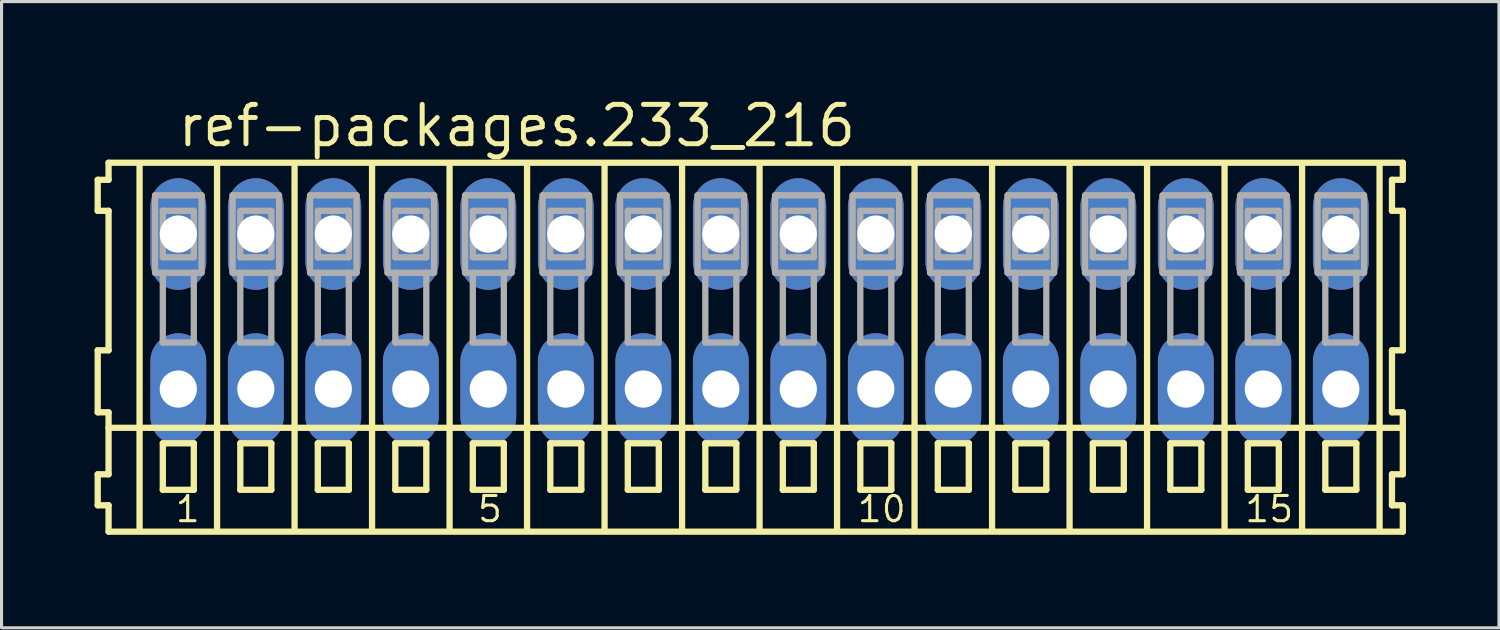
<source format=kicad_pcb>
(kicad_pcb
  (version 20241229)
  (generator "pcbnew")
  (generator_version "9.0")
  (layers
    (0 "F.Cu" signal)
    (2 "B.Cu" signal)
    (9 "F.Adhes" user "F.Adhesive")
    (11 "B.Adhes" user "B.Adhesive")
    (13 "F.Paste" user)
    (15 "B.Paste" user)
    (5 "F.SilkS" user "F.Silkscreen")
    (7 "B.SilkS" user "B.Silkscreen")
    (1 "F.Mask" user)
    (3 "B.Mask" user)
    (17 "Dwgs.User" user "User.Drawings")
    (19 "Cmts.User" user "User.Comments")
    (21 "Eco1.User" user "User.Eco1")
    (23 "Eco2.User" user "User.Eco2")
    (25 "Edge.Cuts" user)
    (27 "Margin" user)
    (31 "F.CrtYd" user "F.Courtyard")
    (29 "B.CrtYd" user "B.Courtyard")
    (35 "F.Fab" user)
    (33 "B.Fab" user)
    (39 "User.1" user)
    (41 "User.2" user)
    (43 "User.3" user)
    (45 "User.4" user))
  (footprint "ref-packages.233_216"
    (layer "F.Cu")
    (at 21.452 7)
    (property "Reference" "ref-packages.233_216" (at -18.85 -5.25 0) (layer "F.SilkS") (effects (font (size 1.27 1.27) (thickness 0.16)) (justify left bottom)))
    (attr through_hole)
    (fp_line (start -21.35 -4.25) (end -21.35 -3.25) (stroke (width 0.203) (type default)) (layer "F.SilkS"))
    (fp_line (start -21.35 -3.25) (end -21 -3.25) (stroke (width 0.203) (type default)) (layer "F.SilkS"))
    (fp_line (start -21.35 1.25) (end -21.35 3.25) (stroke (width 0.203) (type default)) (layer "F.SilkS"))
    (fp_line (start -21.35 3.25) (end -21 3.25) (stroke (width 0.203) (type default)) (layer "F.SilkS"))
    (fp_line (start -21.35 5.25) (end -21.35 6.25) (stroke (width 0.203) (type default)) (layer "F.SilkS"))
    (fp_line (start -21.35 6.25) (end -21 6.25) (stroke (width 0.203) (type default)) (layer "F.SilkS"))
    (fp_line (start -21 -4.8) (end -21 -4.25) (stroke (width 0.203) (type default)) (layer "F.SilkS"))
    (fp_line (start -21 -4.25) (end -21.35 -4.25) (stroke (width 0.203) (type default)) (layer "F.SilkS"))
    (fp_line (start -21 -3.25) (end -21 1.25) (stroke (width 0.203) (type default)) (layer "F.SilkS"))
    (fp_line (start -21 1.25) (end -21.35 1.25) (stroke (width 0.203) (type default)) (layer "F.SilkS"))
    (fp_line (start -21 3.25) (end -21 5.25) (stroke (width 0.203) (type default)) (layer "F.SilkS"))
    (fp_line (start -21 3.75) (end 20.75 3.75) (stroke (width 0.203) (type default)) (layer "F.SilkS"))
    (fp_line (start -21 5.25) (end -21.35 5.25) (stroke (width 0.203) (type default)) (layer "F.SilkS"))
    (fp_line (start -21 6.25) (end -21 7.1) (stroke (width 0.203) (type default)) (layer "F.SilkS"))
    (fp_line (start -21 7.1) (end 20.75 7.1) (stroke (width 0.203) (type default)) (layer "F.SilkS"))
    (fp_line (start -20 -4.75) (end -20 7) (stroke (width 0.203) (type default)) (layer "F.SilkS"))
    (fp_line (start -19.25 4.25) (end -19.25 5.75) (stroke (width 0.203) (type default)) (layer "F.SilkS"))
    (fp_line (start -19.25 5.75) (end -18.25 5.75) (stroke (width 0.203) (type default)) (layer "F.SilkS"))
    (fp_line (start -18.25 4.25) (end -19.25 4.25) (stroke (width 0.203) (type default)) (layer "F.SilkS"))
    (fp_line (start -18.25 5.75) (end -18.25 4.25) (stroke (width 0.203) (type default)) (layer "F.SilkS"))
    (fp_line (start -17.5 -4.75) (end -17.5 7) (stroke (width 0.203) (type default)) (layer "F.SilkS"))
    (fp_line (start -16.75 4.25) (end -16.75 5.75) (stroke (width 0.203) (type default)) (layer "F.SilkS"))
    (fp_line (start -16.75 5.75) (end -15.75 5.75) (stroke (width 0.203) (type default)) (layer "F.SilkS"))
    (fp_line (start -15.75 4.25) (end -16.75 4.25) (stroke (width 0.203) (type default)) (layer "F.SilkS"))
    (fp_line (start -15.75 5.75) (end -15.75 4.25) (stroke (width 0.203) (type default)) (layer "F.SilkS"))
    (fp_line (start -15 -4.75) (end -15 7) (stroke (width 0.203) (type default)) (layer "F.SilkS"))
    (fp_line (start -14.25 4.25) (end -14.25 5.75) (stroke (width 0.203) (type default)) (layer "F.SilkS"))
    (fp_line (start -14.25 5.75) (end -13.25 5.75) (stroke (width 0.203) (type default)) (layer "F.SilkS"))
    (fp_line (start -13.25 4.25) (end -14.25 4.25) (stroke (width 0.203) (type default)) (layer "F.SilkS"))
    (fp_line (start -13.25 5.75) (end -13.25 4.25) (stroke (width 0.203) (type default)) (layer "F.SilkS"))
    (fp_line (start -12.5 -4.75) (end -12.5 7) (stroke (width 0.203) (type default)) (layer "F.SilkS"))
    (fp_line (start -11.75 4.25) (end -11.75 5.75) (stroke (width 0.203) (type default)) (layer "F.SilkS"))
    (fp_line (start -11.75 5.75) (end -10.75 5.75) (stroke (width 0.203) (type default)) (layer "F.SilkS"))
    (fp_line (start -10.75 4.25) (end -11.75 4.25) (stroke (width 0.203) (type default)) (layer "F.SilkS"))
    (fp_line (start -10.75 5.75) (end -10.75 4.25) (stroke (width 0.203) (type default)) (layer "F.SilkS"))
    (fp_line (start -10 -4.75) (end -10 7) (stroke (width 0.203) (type default)) (layer "F.SilkS"))
    (fp_line (start -9.25 4.25) (end -9.25 5.75) (stroke (width 0.203) (type default)) (layer "F.SilkS"))
    (fp_line (start -9.25 5.75) (end -8.25 5.75) (stroke (width 0.203) (type default)) (layer "F.SilkS"))
    (fp_line (start -8.25 4.25) (end -9.25 4.25) (stroke (width 0.203) (type default)) (layer "F.SilkS"))
    (fp_line (start -8.25 5.75) (end -8.25 4.25) (stroke (width 0.203) (type default)) (layer "F.SilkS"))
    (fp_line (start -7.5 -4.75) (end -7.5 7) (stroke (width 0.203) (type default)) (layer "F.SilkS"))
    (fp_line (start -6.75 4.25) (end -6.75 5.75) (stroke (width 0.203) (type default)) (layer "F.SilkS"))
    (fp_line (start -6.75 5.75) (end -5.75 5.75) (stroke (width 0.203) (type default)) (layer "F.SilkS"))
    (fp_line (start -5.75 4.25) (end -6.75 4.25) (stroke (width 0.203) (type default)) (layer "F.SilkS"))
    (fp_line (start -5.75 5.75) (end -5.75 4.25) (stroke (width 0.203) (type default)) (layer "F.SilkS"))
    (fp_line (start -5 -4.75) (end -5 7) (stroke (width 0.203) (type default)) (layer "F.SilkS"))
    (fp_line (start -4.25 4.25) (end -4.25 5.75) (stroke (width 0.203) (type default)) (layer "F.SilkS"))
    (fp_line (start -4.25 5.75) (end -3.25 5.75) (stroke (width 0.203) (type default)) (layer "F.SilkS"))
    (fp_line (start -3.25 4.25) (end -4.25 4.25) (stroke (width 0.203) (type default)) (layer "F.SilkS"))
    (fp_line (start -3.25 5.75) (end -3.25 4.25) (stroke (width 0.203) (type default)) (layer "F.SilkS"))
    (fp_line (start -2.5 -4.75) (end -2.5 7) (stroke (width 0.203) (type default)) (layer "F.SilkS"))
    (fp_line (start -1.75 4.25) (end -1.75 5.75) (stroke (width 0.203) (type default)) (layer "F.SilkS"))
    (fp_line (start -1.75 5.75) (end -0.75 5.75) (stroke (width 0.203) (type default)) (layer "F.SilkS"))
    (fp_line (start -0.75 4.25) (end -1.75 4.25) (stroke (width 0.203) (type default)) (layer "F.SilkS"))
    (fp_line (start -0.75 5.75) (end -0.75 4.25) (stroke (width 0.203) (type default)) (layer "F.SilkS"))
    (fp_line (start 0 -4.75) (end 0 7) (stroke (width 0.203) (type default)) (layer "F.SilkS"))
    (fp_line (start 0.75 4.25) (end 0.75 5.75) (stroke (width 0.203) (type default)) (layer "F.SilkS"))
    (fp_line (start 0.75 5.75) (end 1.75 5.75) (stroke (width 0.203) (type default)) (layer "F.SilkS"))
    (fp_line (start 1.75 4.25) (end 0.75 4.25) (stroke (width 0.203) (type default)) (layer "F.SilkS"))
    (fp_line (start 1.75 5.75) (end 1.75 4.25) (stroke (width 0.203) (type default)) (layer "F.SilkS"))
    (fp_line (start 2.5 -4.75) (end 2.5 7) (stroke (width 0.203) (type default)) (layer "F.SilkS"))
    (fp_line (start 3.25 4.25) (end 3.25 5.75) (stroke (width 0.203) (type default)) (layer "F.SilkS"))
    (fp_line (start 3.25 5.75) (end 4.25 5.75) (stroke (width 0.203) (type default)) (layer "F.SilkS"))
    (fp_line (start 4.25 4.25) (end 3.25 4.25) (stroke (width 0.203) (type default)) (layer "F.SilkS"))
    (fp_line (start 4.25 5.75) (end 4.25 4.25) (stroke (width 0.203) (type default)) (layer "F.SilkS"))
    (fp_line (start 5 -4.75) (end 5 7) (stroke (width 0.203) (type default)) (layer "F.SilkS"))
    (fp_line (start 5.75 4.25) (end 5.75 5.75) (stroke (width 0.203) (type default)) (layer "F.SilkS"))
    (fp_line (start 5.75 5.75) (end 6.75 5.75) (stroke (width 0.203) (type default)) (layer "F.SilkS"))
    (fp_line (start 6.75 4.25) (end 5.75 4.25) (stroke (width 0.203) (type default)) (layer "F.SilkS"))
    (fp_line (start 6.75 5.75) (end 6.75 4.25) (stroke (width 0.203) (type default)) (layer "F.SilkS"))
    (fp_line (start 7.5 -4.75) (end 7.5 7) (stroke (width 0.203) (type default)) (layer "F.SilkS"))
    (fp_line (start 8.25 4.25) (end 8.25 5.75) (stroke (width 0.203) (type default)) (layer "F.SilkS"))
    (fp_line (start 8.25 5.75) (end 9.25 5.75) (stroke (width 0.203) (type default)) (layer "F.SilkS"))
    (fp_line (start 9.25 4.25) (end 8.25 4.25) (stroke (width 0.203) (type default)) (layer "F.SilkS"))
    (fp_line (start 9.25 5.75) (end 9.25 4.25) (stroke (width 0.203) (type default)) (layer "F.SilkS"))
    (fp_line (start 10 -4.75) (end 10 7) (stroke (width 0.203) (type default)) (layer "F.SilkS"))
    (fp_line (start 10.75 4.25) (end 10.75 5.75) (stroke (width 0.203) (type default)) (layer "F.SilkS"))
    (fp_line (start 10.75 5.75) (end 11.75 5.75) (stroke (width 0.203) (type default)) (layer "F.SilkS"))
    (fp_line (start 11.75 4.25) (end 10.75 4.25) (stroke (width 0.203) (type default)) (layer "F.SilkS"))
    (fp_line (start 11.75 5.75) (end 11.75 4.25) (stroke (width 0.203) (type default)) (layer "F.SilkS"))
    (fp_line (start 12.5 -4.75) (end 12.5 7) (stroke (width 0.203) (type default)) (layer "F.SilkS"))
    (fp_line (start 13.25 4.25) (end 13.25 5.75) (stroke (width 0.203) (type default)) (layer "F.SilkS"))
    (fp_line (start 13.25 5.75) (end 14.25 5.75) (stroke (width 0.203) (type default)) (layer "F.SilkS"))
    (fp_line (start 14.25 4.25) (end 13.25 4.25) (stroke (width 0.203) (type default)) (layer "F.SilkS"))
    (fp_line (start 14.25 5.75) (end 14.25 4.25) (stroke (width 0.203) (type default)) (layer "F.SilkS"))
    (fp_line (start 15 -4.75) (end 15 7) (stroke (width 0.203) (type default)) (layer "F.SilkS"))
    (fp_line (start 15.75 4.25) (end 15.75 5.75) (stroke (width 0.203) (type default)) (layer "F.SilkS"))
    (fp_line (start 15.75 5.75) (end 16.75 5.75) (stroke (width 0.203) (type default)) (layer "F.SilkS"))
    (fp_line (start 16.75 4.25) (end 15.75 4.25) (stroke (width 0.203) (type default)) (layer "F.SilkS"))
    (fp_line (start 16.75 5.75) (end 16.75 4.25) (stroke (width 0.203) (type default)) (layer "F.SilkS"))
    (fp_line (start 17.5 -4.75) (end 17.5 7) (stroke (width 0.203) (type default)) (layer "F.SilkS"))
    (fp_line (start 18.25 4.25) (end 18.25 5.75) (stroke (width 0.203) (type default)) (layer "F.SilkS"))
    (fp_line (start 18.25 5.75) (end 19.25 5.75) (stroke (width 0.203) (type default)) (layer "F.SilkS"))
    (fp_line (start 19.25 4.25) (end 18.25 4.25) (stroke (width 0.203) (type default)) (layer "F.SilkS"))
    (fp_line (start 19.25 5.75) (end 19.25 4.25) (stroke (width 0.203) (type default)) (layer "F.SilkS"))
    (fp_line (start 20 -4.75) (end 20 7) (stroke (width 0.203) (type default)) (layer "F.SilkS"))
    (fp_line (start 20.4 -4.25) (end 20.4 -3.25) (stroke (width 0.203) (type default)) (layer "F.SilkS"))
    (fp_line (start 20.4 -3.25) (end 20.75 -3.25) (stroke (width 0.203) (type default)) (layer "F.SilkS"))
    (fp_line (start 20.4 1.25) (end 20.4 3.25) (stroke (width 0.203) (type default)) (layer "F.SilkS"))
    (fp_line (start 20.4 3.25) (end 20.75 3.25) (stroke (width 0.203) (type default)) (layer "F.SilkS"))
    (fp_line (start 20.4 5.25) (end 20.4 6.25) (stroke (width 0.203) (type default)) (layer "F.SilkS"))
    (fp_line (start 20.4 6.25) (end 20.75 6.25) (stroke (width 0.203) (type default)) (layer "F.SilkS"))
    (fp_line (start 20.75 -4.8) (end -21 -4.8) (stroke (width 0.203) (type default)) (layer "F.SilkS"))
    (fp_line (start 20.75 -4.25) (end 20.4 -4.25) (stroke (width 0.203) (type default)) (layer "F.SilkS"))
    (fp_line (start 20.75 -4.25) (end 20.75 -4.8) (stroke (width 0.203) (type default)) (layer "F.SilkS"))
    (fp_line (start 20.75 1.25) (end 20.4 1.25) (stroke (width 0.203) (type default)) (layer "F.SilkS"))
    (fp_line (start 20.75 1.25) (end 20.75 -3.25) (stroke (width 0.203) (type default)) (layer "F.SilkS"))
    (fp_line (start 20.75 3.75) (end 20.75 3.25) (stroke (width 0.203) (type default)) (layer "F.SilkS"))
    (fp_line (start 20.75 5.25) (end 20.4 5.25) (stroke (width 0.203) (type default)) (layer "F.SilkS"))
    (fp_line (start 20.75 5.25) (end 20.75 3.75) (stroke (width 0.203) (type default)) (layer "F.SilkS"))
    (fp_line (start 20.75 7.1) (end 20.75 6.25) (stroke (width 0.203) (type default)) (layer "F.SilkS"))
    (fp_line (start -19.5 -3.75) (end -19.5 -1.25) (stroke (width 0.203) (type default)) (layer "F.Fab"))
    (fp_line (start -19.5 -1.25) (end -19.25 -1.25) (stroke (width 0.203) (type default)) (layer "F.Fab"))
    (fp_line (start -19.25 -3.25) (end -19.25 -1.75) (stroke (width 0.203) (type default)) (layer "F.Fab"))
    (fp_line (start -19.25 -1.75) (end -18.25 -1.75) (stroke (width 0.203) (type default)) (layer "F.Fab"))
    (fp_line (start -19.25 -1.25) (end -19.25 1) (stroke (width 0.203) (type default)) (layer "F.Fab"))
    (fp_line (start -19.25 -1.25) (end -18.25 -1.25) (stroke (width 0.203) (type default)) (layer "F.Fab"))
    (fp_line (start -19.25 1) (end -18.25 1) (stroke (width 0.203) (type default)) (layer "F.Fab"))
    (fp_line (start -18.25 -3.25) (end -19.25 -3.25) (stroke (width 0.203) (type default)) (layer "F.Fab"))
    (fp_line (start -18.25 -1.75) (end -18.25 -3.25) (stroke (width 0.203) (type default)) (layer "F.Fab"))
    (fp_line (start -18.25 -1.25) (end -18 -1.25) (stroke (width 0.203) (type default)) (layer "F.Fab"))
    (fp_line (start -18.25 1) (end -18.25 -1.25) (stroke (width 0.203) (type default)) (layer "F.Fab"))
    (fp_line (start -18 -3.75) (end -19.5 -3.75) (stroke (width 0.203) (type default)) (layer "F.Fab"))
    (fp_line (start -18 -1.25) (end -18 -3.75) (stroke (width 0.203) (type default)) (layer "F.Fab"))
    (fp_line (start -17 -3.75) (end -17 -1.25) (stroke (width 0.203) (type default)) (layer "F.Fab"))
    (fp_line (start -17 -1.25) (end -16.75 -1.25) (stroke (width 0.203) (type default)) (layer "F.Fab"))
    (fp_line (start -16.75 -3.25) (end -16.75 -1.75) (stroke (width 0.203) (type default)) (layer "F.Fab"))
    (fp_line (start -16.75 -1.75) (end -15.75 -1.75) (stroke (width 0.203) (type default)) (layer "F.Fab"))
    (fp_line (start -16.75 -1.25) (end -16.75 1) (stroke (width 0.203) (type default)) (layer "F.Fab"))
    (fp_line (start -16.75 -1.25) (end -15.75 -1.25) (stroke (width 0.203) (type default)) (layer "F.Fab"))
    (fp_line (start -16.75 1) (end -15.75 1) (stroke (width 0.203) (type default)) (layer "F.Fab"))
    (fp_line (start -15.75 -3.25) (end -16.75 -3.25) (stroke (width 0.203) (type default)) (layer "F.Fab"))
    (fp_line (start -15.75 -1.75) (end -15.75 -3.25) (stroke (width 0.203) (type default)) (layer "F.Fab"))
    (fp_line (start -15.75 -1.25) (end -15.5 -1.25) (stroke (width 0.203) (type default)) (layer "F.Fab"))
    (fp_line (start -15.75 1) (end -15.75 -1.25) (stroke (width 0.203) (type default)) (layer "F.Fab"))
    (fp_line (start -15.5 -3.75) (end -17 -3.75) (stroke (width 0.203) (type default)) (layer "F.Fab"))
    (fp_line (start -15.5 -1.25) (end -15.5 -3.75) (stroke (width 0.203) (type default)) (layer "F.Fab"))
    (fp_line (start -14.5 -3.75) (end -14.5 -1.25) (stroke (width 0.203) (type default)) (layer "F.Fab"))
    (fp_line (start -14.5 -1.25) (end -14.25 -1.25) (stroke (width 0.203) (type default)) (layer "F.Fab"))
    (fp_line (start -14.25 -3.25) (end -14.25 -1.75) (stroke (width 0.203) (type default)) (layer "F.Fab"))
    (fp_line (start -14.25 -1.75) (end -13.25 -1.75) (stroke (width 0.203) (type default)) (layer "F.Fab"))
    (fp_line (start -14.25 -1.25) (end -14.25 1) (stroke (width 0.203) (type default)) (layer "F.Fab"))
    (fp_line (start -14.25 -1.25) (end -13.25 -1.25) (stroke (width 0.203) (type default)) (layer "F.Fab"))
    (fp_line (start -14.25 1) (end -13.25 1) (stroke (width 0.203) (type default)) (layer "F.Fab"))
    (fp_line (start -13.25 -3.25) (end -14.25 -3.25) (stroke (width 0.203) (type default)) (layer "F.Fab"))
    (fp_line (start -13.25 -1.75) (end -13.25 -3.25) (stroke (width 0.203) (type default)) (layer "F.Fab"))
    (fp_line (start -13.25 -1.25) (end -13 -1.25) (stroke (width 0.203) (type default)) (layer "F.Fab"))
    (fp_line (start -13.25 1) (end -13.25 -1.25) (stroke (width 0.203) (type default)) (layer "F.Fab"))
    (fp_line (start -13 -3.75) (end -14.5 -3.75) (stroke (width 0.203) (type default)) (layer "F.Fab"))
    (fp_line (start -13 -1.25) (end -13 -3.75) (stroke (width 0.203) (type default)) (layer "F.Fab"))
    (fp_line (start -12 -3.75) (end -12 -1.25) (stroke (width 0.203) (type default)) (layer "F.Fab"))
    (fp_line (start -12 -1.25) (end -11.75 -1.25) (stroke (width 0.203) (type default)) (layer "F.Fab"))
    (fp_line (start -11.75 -3.25) (end -11.75 -1.75) (stroke (width 0.203) (type default)) (layer "F.Fab"))
    (fp_line (start -11.75 -1.75) (end -10.75 -1.75) (stroke (width 0.203) (type default)) (layer "F.Fab"))
    (fp_line (start -11.75 -1.25) (end -11.75 1) (stroke (width 0.203) (type default)) (layer "F.Fab"))
    (fp_line (start -11.75 -1.25) (end -10.75 -1.25) (stroke (width 0.203) (type default)) (layer "F.Fab"))
    (fp_line (start -11.75 1) (end -10.75 1) (stroke (width 0.203) (type default)) (layer "F.Fab"))
    (fp_line (start -10.75 -3.25) (end -11.75 -3.25) (stroke (width 0.203) (type default)) (layer "F.Fab"))
    (fp_line (start -10.75 -1.75) (end -10.75 -3.25) (stroke (width 0.203) (type default)) (layer "F.Fab"))
    (fp_line (start -10.75 -1.25) (end -10.5 -1.25) (stroke (width 0.203) (type default)) (layer "F.Fab"))
    (fp_line (start -10.75 1) (end -10.75 -1.25) (stroke (width 0.203) (type default)) (layer "F.Fab"))
    (fp_line (start -10.5 -3.75) (end -12 -3.75) (stroke (width 0.203) (type default)) (layer "F.Fab"))
    (fp_line (start -10.5 -1.25) (end -10.5 -3.75) (stroke (width 0.203) (type default)) (layer "F.Fab"))
    (fp_line (start -9.5 -3.75) (end -9.5 -1.25) (stroke (width 0.203) (type default)) (layer "F.Fab"))
    (fp_line (start -9.5 -1.25) (end -9.25 -1.25) (stroke (width 0.203) (type default)) (layer "F.Fab"))
    (fp_line (start -9.25 -3.25) (end -9.25 -1.75) (stroke (width 0.203) (type default)) (layer "F.Fab"))
    (fp_line (start -9.25 -1.75) (end -8.25 -1.75) (stroke (width 0.203) (type default)) (layer "F.Fab"))
    (fp_line (start -9.25 -1.25) (end -9.25 1) (stroke (width 0.203) (type default)) (layer "F.Fab"))
    (fp_line (start -9.25 -1.25) (end -8.25 -1.25) (stroke (width 0.203) (type default)) (layer "F.Fab"))
    (fp_line (start -9.25 1) (end -8.25 1) (stroke (width 0.203) (type default)) (layer "F.Fab"))
    (fp_line (start -8.25 -3.25) (end -9.25 -3.25) (stroke (width 0.203) (type default)) (layer "F.Fab"))
    (fp_line (start -8.25 -1.75) (end -8.25 -3.25) (stroke (width 0.203) (type default)) (layer "F.Fab"))
    (fp_line (start -8.25 -1.25) (end -8 -1.25) (stroke (width 0.203) (type default)) (layer "F.Fab"))
    (fp_line (start -8.25 1) (end -8.25 -1.25) (stroke (width 0.203) (type default)) (layer "F.Fab"))
    (fp_line (start -8 -3.75) (end -9.5 -3.75) (stroke (width 0.203) (type default)) (layer "F.Fab"))
    (fp_line (start -8 -1.25) (end -8 -3.75) (stroke (width 0.203) (type default)) (layer "F.Fab"))
    (fp_line (start -7 -3.75) (end -7 -1.25) (stroke (width 0.203) (type default)) (layer "F.Fab"))
    (fp_line (start -7 -1.25) (end -6.75 -1.25) (stroke (width 0.203) (type default)) (layer "F.Fab"))
    (fp_line (start -6.75 -3.25) (end -6.75 -1.75) (stroke (width 0.203) (type default)) (layer "F.Fab"))
    (fp_line (start -6.75 -1.75) (end -5.75 -1.75) (stroke (width 0.203) (type default)) (layer "F.Fab"))
    (fp_line (start -6.75 -1.25) (end -6.75 1) (stroke (width 0.203) (type default)) (layer "F.Fab"))
    (fp_line (start -6.75 -1.25) (end -5.75 -1.25) (stroke (width 0.203) (type default)) (layer "F.Fab"))
    (fp_line (start -6.75 1) (end -5.75 1) (stroke (width 0.203) (type default)) (layer "F.Fab"))
    (fp_line (start -5.75 -3.25) (end -6.75 -3.25) (stroke (width 0.203) (type default)) (layer "F.Fab"))
    (fp_line (start -5.75 -1.75) (end -5.75 -3.25) (stroke (width 0.203) (type default)) (layer "F.Fab"))
    (fp_line (start -5.75 -1.25) (end -5.5 -1.25) (stroke (width 0.203) (type default)) (layer "F.Fab"))
    (fp_line (start -5.75 1) (end -5.75 -1.25) (stroke (width 0.203) (type default)) (layer "F.Fab"))
    (fp_line (start -5.5 -3.75) (end -7 -3.75) (stroke (width 0.203) (type default)) (layer "F.Fab"))
    (fp_line (start -5.5 -1.25) (end -5.5 -3.75) (stroke (width 0.203) (type default)) (layer "F.Fab"))
    (fp_line (start -4.5 -3.75) (end -4.5 -1.25) (stroke (width 0.203) (type default)) (layer "F.Fab"))
    (fp_line (start -4.5 -1.25) (end -4.25 -1.25) (stroke (width 0.203) (type default)) (layer "F.Fab"))
    (fp_line (start -4.25 -3.25) (end -4.25 -1.75) (stroke (width 0.203) (type default)) (layer "F.Fab"))
    (fp_line (start -4.25 -1.75) (end -3.25 -1.75) (stroke (width 0.203) (type default)) (layer "F.Fab"))
    (fp_line (start -4.25 -1.25) (end -4.25 1) (stroke (width 0.203) (type default)) (layer "F.Fab"))
    (fp_line (start -4.25 -1.25) (end -3.25 -1.25) (stroke (width 0.203) (type default)) (layer "F.Fab"))
    (fp_line (start -4.25 1) (end -3.25 1) (stroke (width 0.203) (type default)) (layer "F.Fab"))
    (fp_line (start -3.25 -3.25) (end -4.25 -3.25) (stroke (width 0.203) (type default)) (layer "F.Fab"))
    (fp_line (start -3.25 -1.75) (end -3.25 -3.25) (stroke (width 0.203) (type default)) (layer "F.Fab"))
    (fp_line (start -3.25 -1.25) (end -3 -1.25) (stroke (width 0.203) (type default)) (layer "F.Fab"))
    (fp_line (start -3.25 1) (end -3.25 -1.25) (stroke (width 0.203) (type default)) (layer "F.Fab"))
    (fp_line (start -3 -3.75) (end -4.5 -3.75) (stroke (width 0.203) (type default)) (layer "F.Fab"))
    (fp_line (start -3 -1.25) (end -3 -3.75) (stroke (width 0.203) (type default)) (layer "F.Fab"))
    (fp_line (start -2 -3.75) (end -2 -1.25) (stroke (width 0.203) (type default)) (layer "F.Fab"))
    (fp_line (start -2 -1.25) (end -1.75 -1.25) (stroke (width 0.203) (type default)) (layer "F.Fab"))
    (fp_line (start -1.75 -3.25) (end -1.75 -1.75) (stroke (width 0.203) (type default)) (layer "F.Fab"))
    (fp_line (start -1.75 -1.75) (end -0.75 -1.75) (stroke (width 0.203) (type default)) (layer "F.Fab"))
    (fp_line (start -1.75 -1.25) (end -1.75 1) (stroke (width 0.203) (type default)) (layer "F.Fab"))
    (fp_line (start -1.75 -1.25) (end -0.75 -1.25) (stroke (width 0.203) (type default)) (layer "F.Fab"))
    (fp_line (start -1.75 1) (end -0.75 1) (stroke (width 0.203) (type default)) (layer "F.Fab"))
    (fp_line (start -0.75 -3.25) (end -1.75 -3.25) (stroke (width 0.203) (type default)) (layer "F.Fab"))
    (fp_line (start -0.75 -1.75) (end -0.75 -3.25) (stroke (width 0.203) (type default)) (layer "F.Fab"))
    (fp_line (start -0.75 -1.25) (end -0.5 -1.25) (stroke (width 0.203) (type default)) (layer "F.Fab"))
    (fp_line (start -0.75 1) (end -0.75 -1.25) (stroke (width 0.203) (type default)) (layer "F.Fab"))
    (fp_line (start -0.5 -3.75) (end -2 -3.75) (stroke (width 0.203) (type default)) (layer "F.Fab"))
    (fp_line (start -0.5 -1.25) (end -0.5 -3.75) (stroke (width 0.203) (type default)) (layer "F.Fab"))
    (fp_line (start 0.5 -3.75) (end 0.5 -1.25) (stroke (width 0.203) (type default)) (layer "F.Fab"))
    (fp_line (start 0.5 -1.25) (end 0.75 -1.25) (stroke (width 0.203) (type default)) (layer "F.Fab"))
    (fp_line (start 0.75 -3.25) (end 0.75 -1.75) (stroke (width 0.203) (type default)) (layer "F.Fab"))
    (fp_line (start 0.75 -1.75) (end 1.75 -1.75) (stroke (width 0.203) (type default)) (layer "F.Fab"))
    (fp_line (start 0.75 -1.25) (end 0.75 1) (stroke (width 0.203) (type default)) (layer "F.Fab"))
    (fp_line (start 0.75 -1.25) (end 1.75 -1.25) (stroke (width 0.203) (type default)) (layer "F.Fab"))
    (fp_line (start 0.75 1) (end 1.75 1) (stroke (width 0.203) (type default)) (layer "F.Fab"))
    (fp_line (start 1.75 -3.25) (end 0.75 -3.25) (stroke (width 0.203) (type default)) (layer "F.Fab"))
    (fp_line (start 1.75 -1.75) (end 1.75 -3.25) (stroke (width 0.203) (type default)) (layer "F.Fab"))
    (fp_line (start 1.75 -1.25) (end 2 -1.25) (stroke (width 0.203) (type default)) (layer "F.Fab"))
    (fp_line (start 1.75 1) (end 1.75 -1.25) (stroke (width 0.203) (type default)) (layer "F.Fab"))
    (fp_line (start 2 -3.75) (end 0.5 -3.75) (stroke (width 0.203) (type default)) (layer "F.Fab"))
    (fp_line (start 2 -1.25) (end 2 -3.75) (stroke (width 0.203) (type default)) (layer "F.Fab"))
    (fp_line (start 3 -3.75) (end 3 -1.25) (stroke (width 0.203) (type default)) (layer "F.Fab"))
    (fp_line (start 3 -1.25) (end 3.25 -1.25) (stroke (width 0.203) (type default)) (layer "F.Fab"))
    (fp_line (start 3.25 -3.25) (end 3.25 -1.75) (stroke (width 0.203) (type default)) (layer "F.Fab"))
    (fp_line (start 3.25 -1.75) (end 4.25 -1.75) (stroke (width 0.203) (type default)) (layer "F.Fab"))
    (fp_line (start 3.25 -1.25) (end 3.25 1) (stroke (width 0.203) (type default)) (layer "F.Fab"))
    (fp_line (start 3.25 -1.25) (end 4.25 -1.25) (stroke (width 0.203) (type default)) (layer "F.Fab"))
    (fp_line (start 3.25 1) (end 4.25 1) (stroke (width 0.203) (type default)) (layer "F.Fab"))
    (fp_line (start 4.25 -3.25) (end 3.25 -3.25) (stroke (width 0.203) (type default)) (layer "F.Fab"))
    (fp_line (start 4.25 -1.75) (end 4.25 -3.25) (stroke (width 0.203) (type default)) (layer "F.Fab"))
    (fp_line (start 4.25 -1.25) (end 4.5 -1.25) (stroke (width 0.203) (type default)) (layer "F.Fab"))
    (fp_line (start 4.25 1) (end 4.25 -1.25) (stroke (width 0.203) (type default)) (layer "F.Fab"))
    (fp_line (start 4.5 -3.75) (end 3 -3.75) (stroke (width 0.203) (type default)) (layer "F.Fab"))
    (fp_line (start 4.5 -1.25) (end 4.5 -3.75) (stroke (width 0.203) (type default)) (layer "F.Fab"))
    (fp_line (start 5.5 -3.75) (end 5.5 -1.25) (stroke (width 0.203) (type default)) (layer "F.Fab"))
    (fp_line (start 5.5 -1.25) (end 5.75 -1.25) (stroke (width 0.203) (type default)) (layer "F.Fab"))
    (fp_line (start 5.75 -3.25) (end 5.75 -1.75) (stroke (width 0.203) (type default)) (layer "F.Fab"))
    (fp_line (start 5.75 -1.75) (end 6.75 -1.75) (stroke (width 0.203) (type default)) (layer "F.Fab"))
    (fp_line (start 5.75 -1.25) (end 5.75 1) (stroke (width 0.203) (type default)) (layer "F.Fab"))
    (fp_line (start 5.75 -1.25) (end 6.75 -1.25) (stroke (width 0.203) (type default)) (layer "F.Fab"))
    (fp_line (start 5.75 1) (end 6.75 1) (stroke (width 0.203) (type default)) (layer "F.Fab"))
    (fp_line (start 6.75 -3.25) (end 5.75 -3.25) (stroke (width 0.203) (type default)) (layer "F.Fab"))
    (fp_line (start 6.75 -1.75) (end 6.75 -3.25) (stroke (width 0.203) (type default)) (layer "F.Fab"))
    (fp_line (start 6.75 -1.25) (end 7 -1.25) (stroke (width 0.203) (type default)) (layer "F.Fab"))
    (fp_line (start 6.75 1) (end 6.75 -1.25) (stroke (width 0.203) (type default)) (layer "F.Fab"))
    (fp_line (start 7 -3.75) (end 5.5 -3.75) (stroke (width 0.203) (type default)) (layer "F.Fab"))
    (fp_line (start 7 -1.25) (end 7 -3.75) (stroke (width 0.203) (type default)) (layer "F.Fab"))
    (fp_line (start 8 -3.75) (end 8 -1.25) (stroke (width 0.203) (type default)) (layer "F.Fab"))
    (fp_line (start 8 -1.25) (end 8.25 -1.25) (stroke (width 0.203) (type default)) (layer "F.Fab"))
    (fp_line (start 8.25 -3.25) (end 8.25 -1.75) (stroke (width 0.203) (type default)) (layer "F.Fab"))
    (fp_line (start 8.25 -1.75) (end 9.25 -1.75) (stroke (width 0.203) (type default)) (layer "F.Fab"))
    (fp_line (start 8.25 -1.25) (end 8.25 1) (stroke (width 0.203) (type default)) (layer "F.Fab"))
    (fp_line (start 8.25 -1.25) (end 9.25 -1.25) (stroke (width 0.203) (type default)) (layer "F.Fab"))
    (fp_line (start 8.25 1) (end 9.25 1) (stroke (width 0.203) (type default)) (layer "F.Fab"))
    (fp_line (start 9.25 -3.25) (end 8.25 -3.25) (stroke (width 0.203) (type default)) (layer "F.Fab"))
    (fp_line (start 9.25 -1.75) (end 9.25 -3.25) (stroke (width 0.203) (type default)) (layer "F.Fab"))
    (fp_line (start 9.25 -1.25) (end 9.5 -1.25) (stroke (width 0.203) (type default)) (layer "F.Fab"))
    (fp_line (start 9.25 1) (end 9.25 -1.25) (stroke (width 0.203) (type default)) (layer "F.Fab"))
    (fp_line (start 9.5 -3.75) (end 8 -3.75) (stroke (width 0.203) (type default)) (layer "F.Fab"))
    (fp_line (start 9.5 -1.25) (end 9.5 -3.75) (stroke (width 0.203) (type default)) (layer "F.Fab"))
    (fp_line (start 10.5 -3.75) (end 10.5 -1.25) (stroke (width 0.203) (type default)) (layer "F.Fab"))
    (fp_line (start 10.5 -1.25) (end 10.75 -1.25) (stroke (width 0.203) (type default)) (layer "F.Fab"))
    (fp_line (start 10.75 -3.25) (end 10.75 -1.75) (stroke (width 0.203) (type default)) (layer "F.Fab"))
    (fp_line (start 10.75 -1.75) (end 11.75 -1.75) (stroke (width 0.203) (type default)) (layer "F.Fab"))
    (fp_line (start 10.75 -1.25) (end 10.75 1) (stroke (width 0.203) (type default)) (layer "F.Fab"))
    (fp_line (start 10.75 -1.25) (end 11.75 -1.25) (stroke (width 0.203) (type default)) (layer "F.Fab"))
    (fp_line (start 10.75 1) (end 11.75 1) (stroke (width 0.203) (type default)) (layer "F.Fab"))
    (fp_line (start 11.75 -3.25) (end 10.75 -3.25) (stroke (width 0.203) (type default)) (layer "F.Fab"))
    (fp_line (start 11.75 -1.75) (end 11.75 -3.25) (stroke (width 0.203) (type default)) (layer "F.Fab"))
    (fp_line (start 11.75 -1.25) (end 12 -1.25) (stroke (width 0.203) (type default)) (layer "F.Fab"))
    (fp_line (start 11.75 1) (end 11.75 -1.25) (stroke (width 0.203) (type default)) (layer "F.Fab"))
    (fp_line (start 12 -3.75) (end 10.5 -3.75) (stroke (width 0.203) (type default)) (layer "F.Fab"))
    (fp_line (start 12 -1.25) (end 12 -3.75) (stroke (width 0.203) (type default)) (layer "F.Fab"))
    (fp_line (start 13 -3.75) (end 13 -1.25) (stroke (width 0.203) (type default)) (layer "F.Fab"))
    (fp_line (start 13 -1.25) (end 13.25 -1.25) (stroke (width 0.203) (type default)) (layer "F.Fab"))
    (fp_line (start 13.25 -3.25) (end 13.25 -1.75) (stroke (width 0.203) (type default)) (layer "F.Fab"))
    (fp_line (start 13.25 -1.75) (end 14.25 -1.75) (stroke (width 0.203) (type default)) (layer "F.Fab"))
    (fp_line (start 13.25 -1.25) (end 13.25 1) (stroke (width 0.203) (type default)) (layer "F.Fab"))
    (fp_line (start 13.25 -1.25) (end 14.25 -1.25) (stroke (width 0.203) (type default)) (layer "F.Fab"))
    (fp_line (start 13.25 1) (end 14.25 1) (stroke (width 0.203) (type default)) (layer "F.Fab"))
    (fp_line (start 14.25 -3.25) (end 13.25 -3.25) (stroke (width 0.203) (type default)) (layer "F.Fab"))
    (fp_line (start 14.25 -1.75) (end 14.25 -3.25) (stroke (width 0.203) (type default)) (layer "F.Fab"))
    (fp_line (start 14.25 -1.25) (end 14.5 -1.25) (stroke (width 0.203) (type default)) (layer "F.Fab"))
    (fp_line (start 14.25 1) (end 14.25 -1.25) (stroke (width 0.203) (type default)) (layer "F.Fab"))
    (fp_line (start 14.5 -3.75) (end 13 -3.75) (stroke (width 0.203) (type default)) (layer "F.Fab"))
    (fp_line (start 14.5 -1.25) (end 14.5 -3.75) (stroke (width 0.203) (type default)) (layer "F.Fab"))
    (fp_line (start 15.5 -3.75) (end 15.5 -1.25) (stroke (width 0.203) (type default)) (layer "F.Fab"))
    (fp_line (start 15.5 -1.25) (end 15.75 -1.25) (stroke (width 0.203) (type default)) (layer "F.Fab"))
    (fp_line (start 15.75 -3.25) (end 15.75 -1.75) (stroke (width 0.203) (type default)) (layer "F.Fab"))
    (fp_line (start 15.75 -1.75) (end 16.75 -1.75) (stroke (width 0.203) (type default)) (layer "F.Fab"))
    (fp_line (start 15.75 -1.25) (end 15.75 1) (stroke (width 0.203) (type default)) (layer "F.Fab"))
    (fp_line (start 15.75 -1.25) (end 16.75 -1.25) (stroke (width 0.203) (type default)) (layer "F.Fab"))
    (fp_line (start 15.75 1) (end 16.75 1) (stroke (width 0.203) (type default)) (layer "F.Fab"))
    (fp_line (start 16.75 -3.25) (end 15.75 -3.25) (stroke (width 0.203) (type default)) (layer "F.Fab"))
    (fp_line (start 16.75 -1.75) (end 16.75 -3.25) (stroke (width 0.203) (type default)) (layer "F.Fab"))
    (fp_line (start 16.75 -1.25) (end 17 -1.25) (stroke (width 0.203) (type default)) (layer "F.Fab"))
    (fp_line (start 16.75 1) (end 16.75 -1.25) (stroke (width 0.203) (type default)) (layer "F.Fab"))
    (fp_line (start 17 -3.75) (end 15.5 -3.75) (stroke (width 0.203) (type default)) (layer "F.Fab"))
    (fp_line (start 17 -1.25) (end 17 -3.75) (stroke (width 0.203) (type default)) (layer "F.Fab"))
    (fp_line (start 18 -3.75) (end 18 -1.25) (stroke (width 0.203) (type default)) (layer "F.Fab"))
    (fp_line (start 18 -1.25) (end 18.25 -1.25) (stroke (width 0.203) (type default)) (layer "F.Fab"))
    (fp_line (start 18.25 -3.25) (end 18.25 -1.75) (stroke (width 0.203) (type default)) (layer "F.Fab"))
    (fp_line (start 18.25 -1.75) (end 19.25 -1.75) (stroke (width 0.203) (type default)) (layer "F.Fab"))
    (fp_line (start 18.25 -1.25) (end 18.25 1) (stroke (width 0.203) (type default)) (layer "F.Fab"))
    (fp_line (start 18.25 -1.25) (end 19.25 -1.25) (stroke (width 0.203) (type default)) (layer "F.Fab"))
    (fp_line (start 18.25 1) (end 19.25 1) (stroke (width 0.203) (type default)) (layer "F.Fab"))
    (fp_line (start 19.25 -3.25) (end 18.25 -3.25) (stroke (width 0.203) (type default)) (layer "F.Fab"))
    (fp_line (start 19.25 -1.75) (end 19.25 -3.25) (stroke (width 0.203) (type default)) (layer "F.Fab"))
    (fp_line (start 19.25 -1.25) (end 19.5 -1.25) (stroke (width 0.203) (type default)) (layer "F.Fab"))
    (fp_line (start 19.25 1) (end 19.25 -1.25) (stroke (width 0.203) (type default)) (layer "F.Fab"))
    (fp_line (start 19.5 -3.75) (end 18 -3.75) (stroke (width 0.203) (type default)) (layer "F.Fab"))
    (fp_line (start 19.5 -1.25) (end 19.5 -3.75) (stroke (width 0.203) (type default)) (layer "F.Fab"))
    (fp_text user "5" (at -9.15 6.85 0) (layer "F.SilkS") (effects (font (size 0.813 0.813) (thickness 0.1)) (justify left bottom)))
    (fp_text user "15" (at 15.6 6.85 0) (layer "F.SilkS") (effects (font (size 0.813 0.813) (thickness 0.1)) (justify left bottom)))
    (fp_text user "10" (at 3.1 6.85 0) (layer "F.SilkS") (effects (font (size 0.813 0.813) (thickness 0.1)) (justify left bottom)))
    (fp_text user "1" (at -18.9 6.85 0) (layer "F.SilkS") (effects (font (size 0.813 0.813) (thickness 0.1)) (justify left bottom)))
    (pad "A1" thru_hole oval (at -18.75 -2.5 90) (size 3.6 1.8) (drill 1.2) (layers "*.Cu" "*.Mask"))
    (pad "A2" thru_hole oval (at -16.25 -2.5 90) (size 3.6 1.8) (drill 1.2) (layers "*.Cu" "*.Mask"))
    (pad "A3" thru_hole oval (at -13.75 -2.5 90) (size 3.6 1.8) (drill 1.2) (layers "*.Cu" "*.Mask"))
    (pad "A4" thru_hole oval (at -11.25 -2.5 90) (size 3.6 1.8) (drill 1.2) (layers "*.Cu" "*.Mask"))
    (pad "A5" thru_hole oval (at -8.75 -2.5 90) (size 3.6 1.8) (drill 1.2) (layers "*.Cu" "*.Mask"))
    (pad "A6" thru_hole oval (at -6.25 -2.5 90) (size 3.6 1.8) (drill 1.2) (layers "*.Cu" "*.Mask"))
    (pad "A7" thru_hole oval (at -3.75 -2.5 90) (size 3.6 1.8) (drill 1.2) (layers "*.Cu" "*.Mask"))
    (pad "A8" thru_hole oval (at -1.25 -2.5 90) (size 3.6 1.8) (drill 1.2) (layers "*.Cu" "*.Mask"))
    (pad "A9" thru_hole oval (at 1.25 -2.5 90) (size 3.6 1.8) (drill 1.2) (layers "*.Cu" "*.Mask"))
    (pad "A10" thru_hole oval (at 3.75 -2.5 90) (size 3.6 1.8) (drill 1.2) (layers "*.Cu" "*.Mask"))
    (pad "A11" thru_hole oval (at 6.25 -2.5 90) (size 3.6 1.8) (drill 1.2) (layers "*.Cu" "*.Mask"))
    (pad "A12" thru_hole oval (at 8.75 -2.5 90) (size 3.6 1.8) (drill 1.2) (layers "*.Cu" "*.Mask"))
    (pad "A13" thru_hole oval (at 11.25 -2.5 90) (size 3.6 1.8) (drill 1.2) (layers "*.Cu" "*.Mask"))
    (pad "A14" thru_hole oval (at 13.75 -2.5 90) (size 3.6 1.8) (drill 1.2) (layers "*.Cu" "*.Mask"))
    (pad "A15" thru_hole oval (at 16.25 -2.5 90) (size 3.6 1.8) (drill 1.2) (layers "*.Cu" "*.Mask"))
    (pad "A16" thru_hole oval (at 18.75 -2.5 90) (size 3.6 1.8) (drill 1.2) (layers "*.Cu" "*.Mask"))
    (pad "B1" thru_hole oval (at -18.75 2.5 90) (size 3.6 1.8) (drill 1.2) (layers "*.Cu" "*.Mask"))
    (pad "B2" thru_hole oval (at -16.25 2.5 90) (size 3.6 1.8) (drill 1.2) (layers "*.Cu" "*.Mask"))
    (pad "B3" thru_hole oval (at -13.75 2.5 90) (size 3.6 1.8) (drill 1.2) (layers "*.Cu" "*.Mask"))
    (pad "B4" thru_hole oval (at -11.25 2.5 90) (size 3.6 1.8) (drill 1.2) (layers "*.Cu" "*.Mask"))
    (pad "B5" thru_hole oval (at -8.75 2.5 90) (size 3.6 1.8) (drill 1.2) (layers "*.Cu" "*.Mask"))
    (pad "B6" thru_hole oval (at -6.25 2.5 90) (size 3.6 1.8) (drill 1.2) (layers "*.Cu" "*.Mask"))
    (pad "B7" thru_hole oval (at -3.75 2.5 90) (size 3.6 1.8) (drill 1.2) (layers "*.Cu" "*.Mask"))
    (pad "B8" thru_hole oval (at -1.25 2.5 90) (size 3.6 1.8) (drill 1.2) (layers "*.Cu" "*.Mask"))
    (pad "B9" thru_hole oval (at 1.25 2.5 90) (size 3.6 1.8) (drill 1.2) (layers "*.Cu" "*.Mask"))
    (pad "B10" thru_hole oval (at 3.75 2.5 90) (size 3.6 1.8) (drill 1.2) (layers "*.Cu" "*.Mask"))
    (pad "B11" thru_hole oval (at 6.25 2.5 90) (size 3.6 1.8) (drill 1.2) (layers "*.Cu" "*.Mask"))
    (pad "B12" thru_hole oval (at 8.75 2.5 90) (size 3.6 1.8) (drill 1.2) (layers "*.Cu" "*.Mask"))
    (pad "B13" thru_hole oval (at 11.25 2.5 90) (size 3.6 1.8) (drill 1.2) (layers "*.Cu" "*.Mask"))
    (pad "B14" thru_hole oval (at 13.75 2.5 90) (size 3.6 1.8) (drill 1.2) (layers "*.Cu" "*.Mask"))
    (pad "B15" thru_hole oval (at 16.25 2.5 90) (size 3.6 1.8) (drill 1.2) (layers "*.Cu" "*.Mask"))
    (pad "B16" thru_hole oval (at 18.75 2.5 90) (size 3.6 1.8) (drill 1.2) (layers "*.Cu" "*.Mask")))
  (gr_rect
    (start -3 -3)
    (end 45.303 17.202)
    (stroke (width 0.1) (type default))
    (fill no)
    (layer "Edge.Cuts")))
</source>
